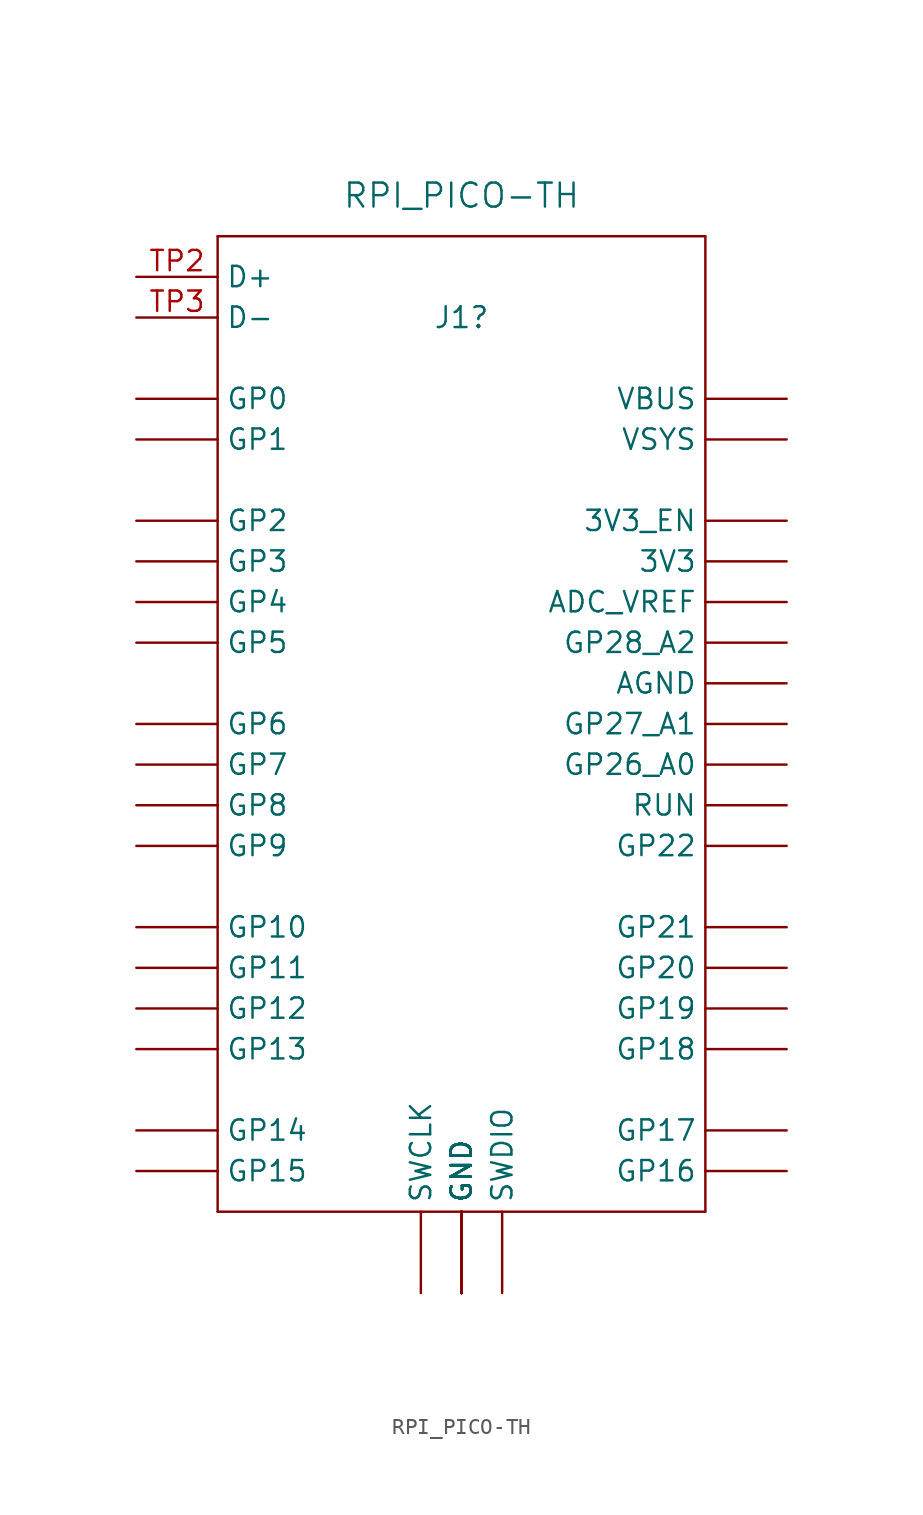
<source format=kicad_sym>
(kicad_symbol_lib
  (version 20220914)
  (generator kicad_symbol_editor)
  (symbol "RPI_PICO-TH"
    (property "Reference" "J1"
      (at 0 30.48 0)
      (effects (font (size 1.3 1.3))))
    (property "Value" "RPI_PICO-TH"
      (at 0 38.1 0)
      (effects (font (size 1.5 1.5))))
    (symbol "RPI_PICO-TH_1_0"
      (polyline (pts (xy -15.24 -25.4) (xy 15.24 -25.4)) (stroke (width 0.152) (type default)) (fill (type none)))
      (polyline (pts (xy -15.24 35.56) (xy -15.24 -25.4)) (stroke (width 0.152) (type default)) (fill (type none)))
      (polyline (pts (xy 15.24 -25.4) (xy 15.24 35.56)) (stroke (width 0.152) (type default)) (fill (type none)))
      (polyline (pts (xy 15.24 35.56) (xy -15.24 35.56)) (stroke (width 0.152) (type default)) (fill (type none)))
      (pin bidirectional line (at 20.32 15.24 180) (length 5.08) (name "3V3" (effects (font (size 1.27 1.27)))) (number "3V3" (effects (font (size 0 0)))))
      (pin bidirectional line (at 20.32 17.78 180) (length 5.08) (name "3V3_EN" (effects (font (size 1.27 1.27)))) (number "3V3_EN" (effects (font (size 0 0)))))
      (pin bidirectional line (at 20.32 12.7 180) (length 5.08) (name "ADC_VREF" (effects (font (size 1.27 1.27)))) (number "ADC_VREF" (effects (font (size 0 0)))))
      (pin bidirectional line (at 20.32 7.62 180) (length 5.08) (name "AGND" (effects (font (size 1.27 1.27)))) (number "AGND" (effects (font (size 0 0)))))
      (pin bidirectional line (at 0 -30.48 90) (length 5.08) (name "GND" (effects (font (size 1.27 1.27)))) (number "GND@1" (effects (font (size 0 0)))))
      (pin bidirectional line (at 0 -30.48 90) (length 5.08) (name "GND" (effects (font (size 1.27 1.27)))) (number "GND@2" (effects (font (size 0 0)))))
      (pin bidirectional line (at 0 -30.48 90) (length 5.08) (name "GND" (effects (font (size 1.27 1.27)))) (number "GND@3" (effects (font (size 0 0)))))
      (pin bidirectional line (at 0 -30.48 90) (length 5.08) (name "GND" (effects (font (size 1.27 1.27)))) (number "GND@4" (effects (font (size 0 0)))))
      (pin bidirectional line (at 0 -30.48 90) (length 5.08) (name "GND" (effects (font (size 1.27 1.27)))) (number "GND@5" (effects (font (size 0 0)))))
      (pin bidirectional line (at 0 -30.48 90) (length 5.08) (name "GND" (effects (font (size 1.27 1.27)))) (number "GND@6" (effects (font (size 0 0)))))
      (pin bidirectional line (at 0 -30.48 90) (length 5.08) (name "GND" (effects (font (size 1.27 1.27)))) (number "GND@7" (effects (font (size 0 0)))))
      (pin bidirectional line (at 0 -30.48 90) (length 5.08) (name "GND" (effects (font (size 1.27 1.27)))) (number "GND@8" (effects (font (size 0 0)))))
      (pin bidirectional line (at -20.32 25.4 0) (length 5.08) (name "GP0" (effects (font (size 1.27 1.27)))) (number "GP0" (effects (font (size 0 0)))))
      (pin bidirectional line (at -20.32 22.86 0) (length 5.08) (name "GP1" (effects (font (size 1.27 1.27)))) (number "GP1" (effects (font (size 0 0)))))
      (pin bidirectional line (at -20.32 -7.62 0) (length 5.08) (name "GP10" (effects (font (size 1.27 1.27)))) (number "GP10" (effects (font (size 0 0)))))
      (pin bidirectional line (at -20.32 -10.16 0) (length 5.08) (name "GP11" (effects (font (size 1.27 1.27)))) (number "GP11" (effects (font (size 0 0)))))
      (pin bidirectional line (at -20.32 -12.7 0) (length 5.08) (name "GP12" (effects (font (size 1.27 1.27)))) (number "GP12" (effects (font (size 0 0)))))
      (pin bidirectional line (at -20.32 -15.24 0) (length 5.08) (name "GP13" (effects (font (size 1.27 1.27)))) (number "GP13" (effects (font (size 0 0)))))
      (pin bidirectional line (at -20.32 -20.32 0) (length 5.08) (name "GP14" (effects (font (size 1.27 1.27)))) (number "GP14" (effects (font (size 0 0)))))
      (pin bidirectional line (at -20.32 -22.86 0) (length 5.08) (name "GP15" (effects (font (size 1.27 1.27)))) (number "GP15" (effects (font (size 0 0)))))
      (pin bidirectional line (at 20.32 -22.86 180) (length 5.08) (name "GP16" (effects (font (size 1.27 1.27)))) (number "GP16" (effects (font (size 0 0)))))
      (pin bidirectional line (at 20.32 -20.32 180) (length 5.08) (name "GP17" (effects (font (size 1.27 1.27)))) (number "GP17" (effects (font (size 0 0)))))
      (pin bidirectional line (at 20.32 -15.24 180) (length 5.08) (name "GP18" (effects (font (size 1.27 1.27)))) (number "GP18" (effects (font (size 0 0)))))
      (pin bidirectional line (at 20.32 -12.7 180) (length 5.08) (name "GP19" (effects (font (size 1.27 1.27)))) (number "GP19" (effects (font (size 0 0)))))
      (pin bidirectional line (at -20.32 17.78 0) (length 5.08) (name "GP2" (effects (font (size 1.27 1.27)))) (number "GP2" (effects (font (size 0 0)))))
      (pin bidirectional line (at 20.32 -10.16 180) (length 5.08) (name "GP20" (effects (font (size 1.27 1.27)))) (number "GP20" (effects (font (size 0 0)))))
      (pin bidirectional line (at 20.32 -7.62 180) (length 5.08) (name "GP21" (effects (font (size 1.27 1.27)))) (number "GP21" (effects (font (size 0 0)))))
      (pin bidirectional line (at 20.32 -2.54 180) (length 5.08) (name "GP22" (effects (font (size 1.27 1.27)))) (number "GP22" (effects (font (size 0 0)))))
      (pin bidirectional line (at 20.32 2.54 180) (length 5.08) (name "GP26_A0" (effects (font (size 1.27 1.27)))) (number "GP26_A0" (effects (font (size 0 0)))))
      (pin bidirectional line (at 20.32 5.08 180) (length 5.08) (name "GP27_A1" (effects (font (size 1.27 1.27)))) (number "GP27_A1" (effects (font (size 0 0)))))
      (pin bidirectional line (at 20.32 10.16 180) (length 5.08) (name "GP28_A2" (effects (font (size 1.27 1.27)))) (number "GP28_A2" (effects (font (size 0 0)))))
      (pin bidirectional line (at -20.32 15.24 0) (length 5.08) (name "GP3" (effects (font (size 1.27 1.27)))) (number "GP3" (effects (font (size 0 0)))))
      (pin bidirectional line (at -20.32 12.7 0) (length 5.08) (name "GP4" (effects (font (size 1.27 1.27)))) (number "GP4" (effects (font (size 0 0)))))
      (pin bidirectional line (at -20.32 10.16 0) (length 5.08) (name "GP5" (effects (font (size 1.27 1.27)))) (number "GP5" (effects (font (size 0 0)))))
      (pin bidirectional line (at -20.32 5.08 0) (length 5.08) (name "GP6" (effects (font (size 1.27 1.27)))) (number "GP6" (effects (font (size 0 0)))))
      (pin bidirectional line (at -20.32 2.54 0) (length 5.08) (name "GP7" (effects (font (size 1.27 1.27)))) (number "GP7" (effects (font (size 0 0)))))
      (pin bidirectional line (at -20.32 0 0) (length 5.08) (name "GP8" (effects (font (size 1.27 1.27)))) (number "GP8" (effects (font (size 0 0)))))
      (pin bidirectional line (at -20.32 -2.54 0) (length 5.08) (name "GP9" (effects (font (size 1.27 1.27)))) (number "GP9" (effects (font (size 0 0)))))
      (pin bidirectional line (at 20.32 0 180) (length 5.08) (name "RUN" (effects (font (size 1.27 1.27)))) (number "RUN" (effects (font (size 0 0)))))
      (pin bidirectional line (at -2.54 -30.48 90) (length 5.08) (name "SWCLK" (effects (font (size 1.27 1.27)))) (number "SWCLK" (effects (font (size 0 0)))))
      (pin bidirectional line (at 2.54 -30.48 90) (length 5.08) (name "SWDIO" (effects (font (size 1.27 1.27)))) (number "SWDIO" (effects (font (size 0 0)))))
      (pin bidirectional line (at -20.32 33.02 0) (length 5.08) (name "D+" (effects (font (size 1.27 1.27)))) (number "TP2" (effects (font (size 1.27 1.27)))))
      (pin bidirectional line (at -20.32 30.48 0) (length 5.08) (name "D-" (effects (font (size 1.27 1.27)))) (number "TP3" (effects (font (size 1.27 1.27)))))
      (pin bidirectional line (at 20.32 25.4 180) (length 5.08) (name "VBUS" (effects (font (size 1.27 1.27)))) (number "VBUS" (effects (font (size 0 0)))))
      (pin bidirectional line (at 20.32 22.86 180) (length 5.08) (name "VSYS" (effects (font (size 1.27 1.27)))) (number "VSYS" (effects (font (size 0 0))))))))
</source>
